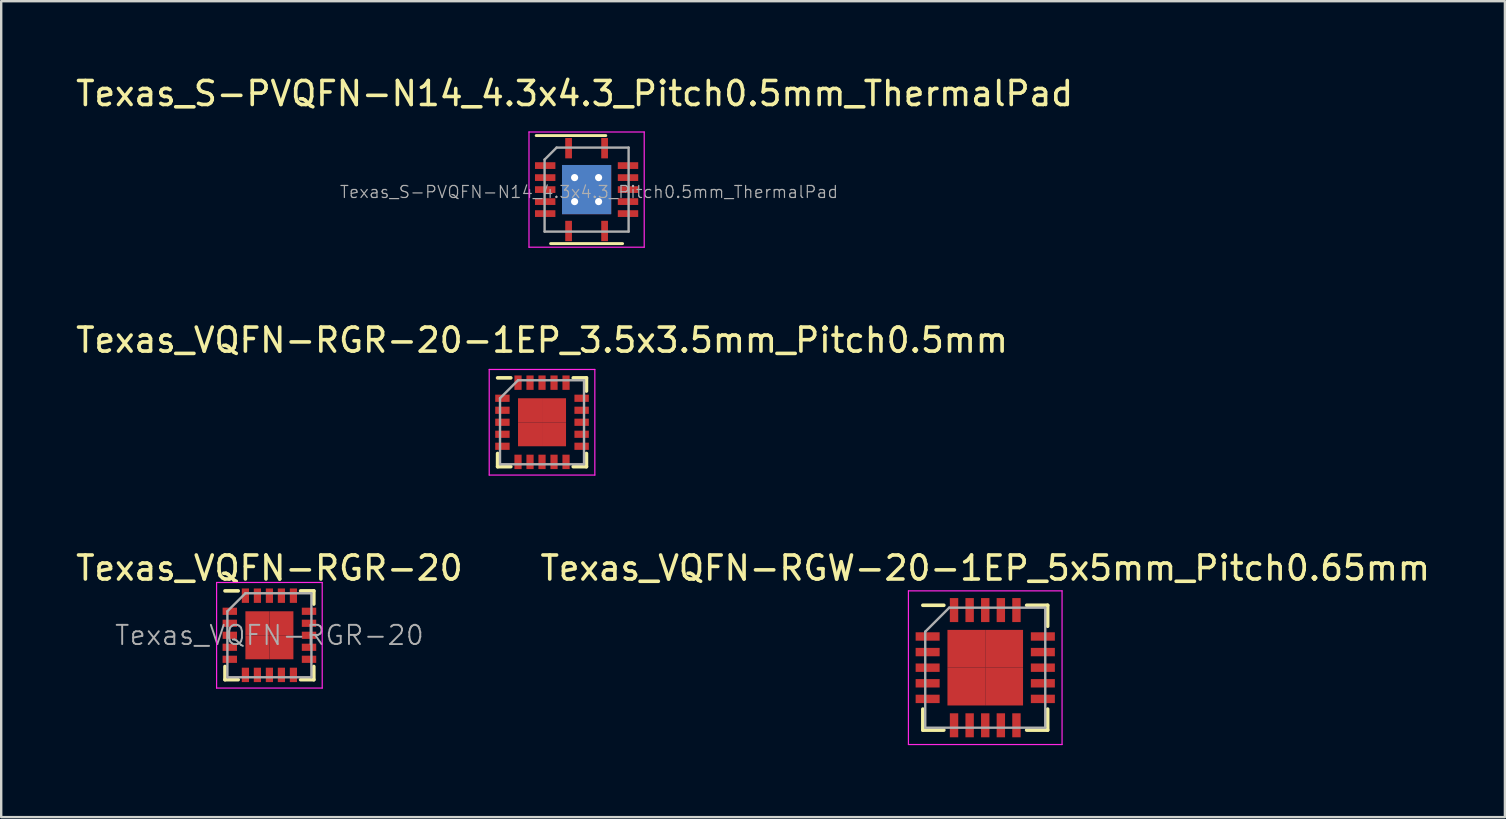
<source format=kicad_pcb>
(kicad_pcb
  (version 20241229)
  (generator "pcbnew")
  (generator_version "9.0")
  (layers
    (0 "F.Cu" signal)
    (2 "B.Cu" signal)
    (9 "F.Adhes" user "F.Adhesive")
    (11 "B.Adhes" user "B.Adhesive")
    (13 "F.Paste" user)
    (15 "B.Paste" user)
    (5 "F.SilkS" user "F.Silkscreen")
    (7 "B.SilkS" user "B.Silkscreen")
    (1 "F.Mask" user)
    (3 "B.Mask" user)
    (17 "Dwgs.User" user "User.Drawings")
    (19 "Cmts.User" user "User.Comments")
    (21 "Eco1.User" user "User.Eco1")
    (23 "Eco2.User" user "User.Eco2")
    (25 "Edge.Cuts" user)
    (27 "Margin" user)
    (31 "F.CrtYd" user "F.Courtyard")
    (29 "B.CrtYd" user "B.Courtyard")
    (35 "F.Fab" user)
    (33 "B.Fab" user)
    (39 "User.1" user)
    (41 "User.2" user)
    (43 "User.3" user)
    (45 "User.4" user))
  (footprint "Texas_VQFN-RGR-20-1EP_3.5x3.5mm_Pitch0.5mm"
    (layer "F.Cu")
    (at 19.53 14.541)
    (property "Reference" "Texas_VQFN-RGR-20-1EP_3.5x3.5mm_Pitch0.5mm" (at 0 -3.42 0) (layer "F.SilkS") (effects (font (size 1 1) (thickness 0.15))))
    (attr smd)
    (fp_line (start -1.85 -1.85) (end -1.3 -1.85) (stroke (width 0.15) (type solid)) (layer "F.SilkS"))
    (fp_line (start -1.85 1.85) (end -1.85 1.3) (stroke (width 0.15) (type solid)) (layer "F.SilkS"))
    (fp_line (start -1.85 1.85) (end -1.3 1.85) (stroke (width 0.15) (type solid)) (layer "F.SilkS"))
    (fp_line (start 1.85 -1.85) (end 1.3 -1.85) (stroke (width 0.15) (type solid)) (layer "F.SilkS"))
    (fp_line (start 1.85 -1.85) (end 1.85 -1.3) (stroke (width 0.15) (type solid)) (layer "F.SilkS"))
    (fp_line (start 1.85 1.85) (end 1.3 1.85) (stroke (width 0.15) (type solid)) (layer "F.SilkS"))
    (fp_line (start 1.85 1.85) (end 1.85 1.3) (stroke (width 0.15) (type solid)) (layer "F.SilkS"))
    (fp_line (start -2.2 -2.2) (end -2.2 2.2) (stroke (width 0.05) (type solid)) (layer "F.CrtYd"))
    (fp_line (start -2.2 -2.2) (end 2.2 -2.2) (stroke (width 0.05) (type solid)) (layer "F.CrtYd"))
    (fp_line (start -2.2 2.2) (end 2.2 2.2) (stroke (width 0.05) (type solid)) (layer "F.CrtYd"))
    (fp_line (start 2.2 -2.2) (end 2.2 2.2) (stroke (width 0.05) (type solid)) (layer "F.CrtYd"))
    (fp_line (start -1.75 -1) (end -1 -1.75) (stroke (width 0.1) (type solid)) (layer "F.Fab"))
    (fp_line (start -1.75 1.75) (end -1.75 -1) (stroke (width 0.1) (type solid)) (layer "F.Fab"))
    (fp_line (start -1 -1.75) (end 1.75 -1.75) (stroke (width 0.1) (type solid)) (layer "F.Fab"))
    (fp_line (start 1.75 -1.75) (end 1.75 1.75) (stroke (width 0.1) (type solid)) (layer "F.Fab"))
    (fp_line (start 1.75 1.75) (end -1.75 1.75) (stroke (width 0.1) (type solid)) (layer "F.Fab"))
    (pad "1" smd rect (at -1.65 -1) (size 0.6 0.3) (layers "F.Cu" "F.Mask" "F.Paste"))
    (pad "2" smd rect (at -1.65 -0.5) (size 0.6 0.3) (layers "F.Cu" "F.Mask" "F.Paste"))
    (pad "3" smd rect (at -1.65 0) (size 0.6 0.3) (layers "F.Cu" "F.Mask" "F.Paste"))
    (pad "4" smd rect (at -1.65 0.5) (size 0.6 0.3) (layers "F.Cu" "F.Mask" "F.Paste"))
    (pad "5" smd rect (at -1.65 1) (size 0.6 0.3) (layers "F.Cu" "F.Mask" "F.Paste"))
    (pad "6" smd rect (at -1 1.65 90) (size 0.6 0.3) (layers "F.Cu" "F.Mask" "F.Paste"))
    (pad "7" smd rect (at -0.5 1.65 90) (size 0.6 0.3) (layers "F.Cu" "F.Mask" "F.Paste"))
    (pad "8" smd rect (at 0 1.65 90) (size 0.6 0.3) (layers "F.Cu" "F.Mask" "F.Paste"))
    (pad "9" smd rect (at 0.5 1.65 90) (size 0.6 0.3) (layers "F.Cu" "F.Mask" "F.Paste"))
    (pad "10" smd rect (at 1 1.65 90) (size 0.6 0.3) (layers "F.Cu" "F.Mask" "F.Paste"))
    (pad "11" smd rect (at 1.65 1) (size 0.6 0.3) (layers "F.Cu" "F.Mask" "F.Paste"))
    (pad "12" smd rect (at 1.65 0.5) (size 0.6 0.3) (layers "F.Cu" "F.Mask" "F.Paste"))
    (pad "13" smd rect (at 1.65 0) (size 0.6 0.3) (layers "F.Cu" "F.Mask" "F.Paste"))
    (pad "14" smd rect (at 1.65 -0.5) (size 0.6 0.3) (layers "F.Cu" "F.Mask" "F.Paste"))
    (pad "15" smd rect (at 1.65 -1) (size 0.6 0.3) (layers "F.Cu" "F.Mask" "F.Paste"))
    (pad "16" smd rect (at 1 -1.65 90) (size 0.6 0.3) (layers "F.Cu" "F.Mask" "F.Paste"))
    (pad "17" smd rect (at 0.5 -1.65 90) (size 0.6 0.3) (layers "F.Cu" "F.Mask" "F.Paste"))
    (pad "18" smd rect (at 0 -1.65 90) (size 0.6 0.3) (layers "F.Cu" "F.Mask" "F.Paste"))
    (pad "19" smd rect (at -0.5 -1.65 90) (size 0.6 0.3) (layers "F.Cu" "F.Mask" "F.Paste"))
    (pad "20" smd rect (at -1 -1.65 90) (size 0.6 0.3) (layers "F.Cu" "F.Mask" "F.Paste"))
    (pad "21" smd rect (at -0.5 -0.5) (size 1 1) (layers "F.Cu" "F.Mask" "F.Paste"))
    (pad "21" smd rect (at -0.5 0.5) (size 1 1) (layers "F.Cu" "F.Mask" "F.Paste"))
    (pad "21" smd rect (at 0.5 -0.5) (size 1 1) (layers "F.Cu" "F.Mask" "F.Paste"))
    (pad "21" smd rect (at 0.5 0.5) (size 1 1) (layers "F.Cu" "F.Mask" "F.Paste")))
  (footprint "Texas_VQFN-RGR-20"
    (layer "F.Cu")
    (at 8.173 23.415)
    (property "Reference" "Texas_VQFN-RGR-20" (at 0 -2.8 0) (layer "F.SilkS") (effects (font (size 1 1) (thickness 0.15))))
    (attr smd)
    (fp_line (start -1.85 -1.85) (end -1.3 -1.85) (stroke (width 0.15) (type solid)) (layer "F.SilkS"))
    (fp_line (start -1.85 1.85) (end -1.85 1.3) (stroke (width 0.15) (type solid)) (layer "F.SilkS"))
    (fp_line (start -1.85 1.85) (end -1.3 1.85) (stroke (width 0.15) (type solid)) (layer "F.SilkS"))
    (fp_line (start 1.85 -1.85) (end 1.3 -1.85) (stroke (width 0.15) (type solid)) (layer "F.SilkS"))
    (fp_line (start 1.85 -1.85) (end 1.85 -1.3) (stroke (width 0.15) (type solid)) (layer "F.SilkS"))
    (fp_line (start 1.85 1.85) (end 1.3 1.85) (stroke (width 0.15) (type solid)) (layer "F.SilkS"))
    (fp_line (start 1.85 1.85) (end 1.85 1.3) (stroke (width 0.15) (type solid)) (layer "F.SilkS"))
    (fp_line (start -2.2 -2.2) (end -2.2 2.2) (stroke (width 0.05) (type solid)) (layer "F.CrtYd"))
    (fp_line (start -2.2 -2.2) (end 2.2 -2.2) (stroke (width 0.05) (type solid)) (layer "F.CrtYd"))
    (fp_line (start -2.2 2.2) (end 2.2 2.2) (stroke (width 0.05) (type solid)) (layer "F.CrtYd"))
    (fp_line (start 2.2 -2.2) (end 2.2 2.2) (stroke (width 0.05) (type solid)) (layer "F.CrtYd"))
    (fp_line (start -1.75 -1) (end -1 -1.75) (stroke (width 0.1) (type solid)) (layer "F.Fab"))
    (fp_line (start -1.75 1.75) (end -1.75 -1) (stroke (width 0.1) (type solid)) (layer "F.Fab"))
    (fp_line (start -1 -1.75) (end 1.75 -1.75) (stroke (width 0.1) (type solid)) (layer "F.Fab"))
    (fp_line (start 1.75 -1.75) (end 1.75 1.75) (stroke (width 0.1) (type solid)) (layer "F.Fab"))
    (fp_line (start 1.75 1.75) (end -1.75 1.75) (stroke (width 0.1) (type solid)) (layer "F.Fab"))
    (fp_text user "${REFERENCE}" (at 0 0 0) (layer "F.Fab") (effects (font (size 0.8 0.8) (thickness 0.08))))
    (pad "1" smd rect (at -1.65 -1) (size 0.6 0.3) (layers "F.Cu" "F.Mask" "F.Paste"))
    (pad "2" smd rect (at -1.65 -0.5) (size 0.6 0.3) (layers "F.Cu" "F.Mask" "F.Paste"))
    (pad "3" smd rect (at -1.65 0) (size 0.6 0.3) (layers "F.Cu" "F.Mask" "F.Paste"))
    (pad "4" smd rect (at -1.65 0.5) (size 0.6 0.3) (layers "F.Cu" "F.Mask" "F.Paste"))
    (pad "5" smd rect (at -1.65 1) (size 0.6 0.3) (layers "F.Cu" "F.Mask" "F.Paste"))
    (pad "6" smd rect (at -1 1.65 90) (size 0.6 0.3) (layers "F.Cu" "F.Mask" "F.Paste"))
    (pad "7" smd rect (at -0.5 1.65 90) (size 0.6 0.3) (layers "F.Cu" "F.Mask" "F.Paste"))
    (pad "8" smd rect (at 0 1.65 90) (size 0.6 0.3) (layers "F.Cu" "F.Mask" "F.Paste"))
    (pad "9" smd rect (at 0.5 1.65 90) (size 0.6 0.3) (layers "F.Cu" "F.Mask" "F.Paste"))
    (pad "10" smd rect (at 1 1.65 90) (size 0.6 0.3) (layers "F.Cu" "F.Mask" "F.Paste"))
    (pad "11" smd rect (at 1.65 1) (size 0.6 0.3) (layers "F.Cu" "F.Mask" "F.Paste"))
    (pad "12" smd rect (at 1.65 0.5) (size 0.6 0.3) (layers "F.Cu" "F.Mask" "F.Paste"))
    (pad "13" smd rect (at 1.65 0) (size 0.6 0.3) (layers "F.Cu" "F.Mask" "F.Paste"))
    (pad "14" smd rect (at 1.65 -0.5) (size 0.6 0.3) (layers "F.Cu" "F.Mask" "F.Paste"))
    (pad "15" smd rect (at 1.65 -1) (size 0.6 0.3) (layers "F.Cu" "F.Mask" "F.Paste"))
    (pad "16" smd rect (at 1 -1.65 90) (size 0.6 0.3) (layers "F.Cu" "F.Mask" "F.Paste"))
    (pad "17" smd rect (at 0.5 -1.65 90) (size 0.6 0.3) (layers "F.Cu" "F.Mask" "F.Paste"))
    (pad "18" smd rect (at 0 -1.65 90) (size 0.6 0.3) (layers "F.Cu" "F.Mask" "F.Paste"))
    (pad "19" smd rect (at -0.5 -1.65 90) (size 0.6 0.3) (layers "F.Cu" "F.Mask" "F.Paste"))
    (pad "20" smd rect (at -1 -1.65 90) (size 0.6 0.3) (layers "F.Cu" "F.Mask" "F.Paste"))
    (pad "21" smd rect (at -0.5 -0.5) (size 1 1) (layers "F.Cu" "F.Mask" "F.Paste"))
    (pad "21" smd rect (at -0.5 0.5) (size 1 1) (layers "F.Cu" "F.Mask" "F.Paste"))
    (pad "21" smd rect (at 0.5 -0.5) (size 1 1) (layers "F.Cu" "F.Mask" "F.Paste"))
    (pad "21" smd rect (at 0.5 0.5) (size 1 1) (layers "F.Cu" "F.Mask" "F.Paste")))
  (footprint "Texas_VQFN-RGW-20-1EP_5x5mm_Pitch0.65mm"
    (layer "F.Cu")
    (at 37.994 24.765)
    (property "Reference" "Texas_VQFN-RGW-20-1EP_5x5mm_Pitch0.65mm" (at 0 -4.15 0) (layer "F.SilkS") (effects (font (size 1 1) (thickness 0.15))))
    (attr smd)
    (fp_line (start -2.6 -2.6) (end -1.725 -2.6) (stroke (width 0.15) (type solid)) (layer "F.SilkS"))
    (fp_line (start -2.6 2.6) (end -2.6 1.725) (stroke (width 0.15) (type solid)) (layer "F.SilkS"))
    (fp_line (start -2.6 2.6) (end -1.725 2.6) (stroke (width 0.15) (type solid)) (layer "F.SilkS"))
    (fp_line (start 2.6 -2.6) (end 1.725 -2.6) (stroke (width 0.15) (type solid)) (layer "F.SilkS"))
    (fp_line (start 2.6 -2.6) (end 2.6 -1.725) (stroke (width 0.15) (type solid)) (layer "F.SilkS"))
    (fp_line (start 2.6 2.6) (end 1.725 2.6) (stroke (width 0.15) (type solid)) (layer "F.SilkS"))
    (fp_line (start 2.6 2.6) (end 2.6 1.725) (stroke (width 0.15) (type solid)) (layer "F.SilkS"))
    (fp_line (start -3.2 -3.2) (end -3.2 3.2) (stroke (width 0.05) (type solid)) (layer "F.CrtYd"))
    (fp_line (start -3.2 -3.2) (end 3.2 -3.2) (stroke (width 0.05) (type solid)) (layer "F.CrtYd"))
    (fp_line (start -3.2 3.2) (end 3.2 3.2) (stroke (width 0.05) (type solid)) (layer "F.CrtYd"))
    (fp_line (start 3.2 -3.2) (end 3.2 3.2) (stroke (width 0.05) (type solid)) (layer "F.CrtYd"))
    (fp_line (start -2.5 -1.5) (end -1.5 -2.5) (stroke (width 0.1) (type solid)) (layer "F.Fab"))
    (fp_line (start -2.5 2.5) (end -2.5 -1.5) (stroke (width 0.1) (type solid)) (layer "F.Fab"))
    (fp_line (start -1.5 -2.5) (end 2.5 -2.5) (stroke (width 0.1) (type solid)) (layer "F.Fab"))
    (fp_line (start 2.5 -2.5) (end 2.5 2.5) (stroke (width 0.1) (type solid)) (layer "F.Fab"))
    (fp_line (start 2.5 2.5) (end -2.5 2.5) (stroke (width 0.1) (type solid)) (layer "F.Fab"))
    (pad "1" smd rect (at -2.4 -1.3) (size 1 0.35) (layers "F.Cu" "F.Mask" "F.Paste"))
    (pad "2" smd rect (at -2.4 -0.65) (size 1 0.35) (layers "F.Cu" "F.Mask" "F.Paste"))
    (pad "3" smd rect (at -2.4 0) (size 1 0.35) (layers "F.Cu" "F.Mask" "F.Paste"))
    (pad "4" smd rect (at -2.4 0.65) (size 1 0.35) (layers "F.Cu" "F.Mask" "F.Paste"))
    (pad "5" smd rect (at -2.4 1.3) (size 1 0.35) (layers "F.Cu" "F.Mask" "F.Paste"))
    (pad "6" smd rect (at -1.3 2.4 90) (size 1 0.35) (layers "F.Cu" "F.Mask" "F.Paste"))
    (pad "7" smd rect (at -0.65 2.4 90) (size 1 0.35) (layers "F.Cu" "F.Mask" "F.Paste"))
    (pad "8" smd rect (at 0 2.4 90) (size 1 0.35) (layers "F.Cu" "F.Mask" "F.Paste"))
    (pad "9" smd rect (at 0.65 2.4 90) (size 1 0.35) (layers "F.Cu" "F.Mask" "F.Paste"))
    (pad "10" smd rect (at 1.3 2.4 90) (size 1 0.35) (layers "F.Cu" "F.Mask" "F.Paste"))
    (pad "11" smd rect (at 2.4 1.3) (size 1 0.35) (layers "F.Cu" "F.Mask" "F.Paste"))
    (pad "12" smd rect (at 2.4 0.65) (size 1 0.35) (layers "F.Cu" "F.Mask" "F.Paste"))
    (pad "13" smd rect (at 2.4 0) (size 1 0.35) (layers "F.Cu" "F.Mask" "F.Paste"))
    (pad "14" smd rect (at 2.4 -0.65) (size 1 0.35) (layers "F.Cu" "F.Mask" "F.Paste"))
    (pad "15" smd rect (at 2.4 -1.3) (size 1 0.35) (layers "F.Cu" "F.Mask" "F.Paste"))
    (pad "16" smd rect (at 1.3 -2.4 90) (size 1 0.35) (layers "F.Cu" "F.Mask" "F.Paste"))
    (pad "17" smd rect (at 0.65 -2.4 90) (size 1 0.35) (layers "F.Cu" "F.Mask" "F.Paste"))
    (pad "18" smd rect (at 0 -2.4 90) (size 1 0.35) (layers "F.Cu" "F.Mask" "F.Paste"))
    (pad "19" smd rect (at -0.65 -2.4 90) (size 1 0.35) (layers "F.Cu" "F.Mask" "F.Paste"))
    (pad "20" smd rect (at -1.3 -2.4 90) (size 1 0.35) (layers "F.Cu" "F.Mask" "F.Paste"))
    (pad "21" smd rect (at -0.787 -0.787) (size 1.575 1.575) (layers "F.Cu" "F.Mask" "F.Paste"))
    (pad "21" smd rect (at -0.787 0.787) (size 1.575 1.575) (layers "F.Cu" "F.Mask" "F.Paste"))
    (pad "21" smd rect (at 0.787 -0.787) (size 1.575 1.575) (layers "F.Cu" "F.Mask" "F.Paste"))
    (pad "21" smd rect (at 0.787 0.787) (size 1.575 1.575) (layers "F.Cu" "F.Mask" "F.Paste")))
  (footprint "Texas_S-PVQFN-N14_4.3x4.3_Pitch0.5mm_ThermalPad"
    (layer "F.Cu")
    (at 21.387 4.848)
    (property "Reference" "Texas_S-PVQFN-N14_4.3x4.3_Pitch0.5mm_ThermalPad" (at -0.5 -4 0) (layer "F.SilkS") (effects (font (size 1 1) (thickness 0.15))))
    (attr smd)
    (fp_line (start -1.5 2.25) (end 1.5 2.25) (stroke (width 0.12) (type solid)) (layer "F.SilkS"))
    (fp_line (start 0.8 -2.25) (end -2.1 -2.25) (stroke (width 0.12) (type solid)) (layer "F.SilkS"))
    (fp_line (start -2.4 -2.4) (end 2.4 -2.4) (stroke (width 0.05) (type solid)) (layer "F.CrtYd"))
    (fp_line (start -2.4 2.4) (end -2.4 -2.4) (stroke (width 0.05) (type solid)) (layer "F.CrtYd"))
    (fp_line (start 2.4 -2.4) (end 2.4 2.4) (stroke (width 0.05) (type solid)) (layer "F.CrtYd"))
    (fp_line (start 2.4 2.4) (end -2.4 2.4) (stroke (width 0.05) (type solid)) (layer "F.CrtYd"))
    (fp_line (start -1.75 1.75) (end -1.75 -1.25) (stroke (width 0.1) (type solid)) (layer "F.Fab"))
    (fp_line (start -1.25 -1.75) (end -1.75 -1.25) (stroke (width 0.1) (type solid)) (layer "F.Fab"))
    (fp_line (start -1.25 -1.75) (end 1.75 -1.75) (stroke (width 0.1) (type solid)) (layer "F.Fab"))
    (fp_line (start 1.75 -1.75) (end 1.75 1.75) (stroke (width 0.1) (type solid)) (layer "F.Fab"))
    (fp_line (start 1.75 1.75) (end -1.75 1.75) (stroke (width 0.1) (type solid)) (layer "F.Fab"))
    (fp_text user "${REFERENCE}" (at 0.1 0.1 0) (layer "F.Fab") (effects (font (size 0.5 0.5) (thickness 0.05))))
    (pad "1" smd rect (at -0.75 -1.725 270) (size 0.85 0.28) (layers "F.Cu" "F.Mask" "F.Paste"))
    (pad "2" smd rect (at -1.725 -1 270) (size 0.28 0.85) (layers "F.Cu" "F.Mask" "F.Paste"))
    (pad "3" smd rect (at -1.725 -0.5 270) (size 0.28 0.85) (layers "F.Cu" "F.Mask" "F.Paste"))
    (pad "4" smd rect (at -1.725 0 270) (size 0.28 0.85) (layers "F.Cu" "F.Mask" "F.Paste"))
    (pad "5" smd rect (at -1.725 0.5 270) (size 0.28 0.85) (layers "F.Cu" "F.Mask" "F.Paste"))
    (pad "6" smd rect (at -1.725 1 270) (size 0.28 0.85) (layers "F.Cu" "F.Mask" "F.Paste"))
    (pad "7" smd rect (at -0.75 1.725 270) (size 0.85 0.28) (layers "F.Cu" "F.Mask" "F.Paste"))
    (pad "8" smd rect (at 0.75 1.725 270) (size 0.85 0.28) (layers "F.Cu" "F.Mask" "F.Paste"))
    (pad "9" smd rect (at 1.725 1 270) (size 0.28 0.85) (layers "F.Cu" "F.Mask" "F.Paste"))
    (pad "10" smd rect (at 1.725 0.5 270) (size 0.28 0.85) (layers "F.Cu" "F.Mask" "F.Paste"))
    (pad "11" smd rect (at 1.725 0 270) (size 0.28 0.85) (layers "F.Cu" "F.Mask" "F.Paste"))
    (pad "12" smd rect (at 1.725 -0.5 270) (size 0.28 0.85) (layers "F.Cu" "F.Mask" "F.Paste"))
    (pad "13" smd rect (at 1.725 -1 270) (size 0.28 0.85) (layers "F.Cu" "F.Mask" "F.Paste"))
    (pad "14" smd rect (at 0.75 -1.725 270) (size 0.85 0.28) (layers "F.Cu" "F.Mask" "F.Paste"))
    (pad "15" thru_hole circle (at -0.5 -0.5 270) (size 0.6 0.6) (drill 0.3) (layers "*.Cu" "*.Paste" "*.Mask"))
    (pad "15" thru_hole circle (at -0.5 0.5 270) (size 0.6 0.6) (drill 0.3) (layers "*.Cu" "*.Paste" "*.Mask"))
    (pad "15" smd rect (at 0 0 270) (size 2.05 2.05) (layers "F.Cu" "F.Mask"))
    (pad "15" smd rect (at 0 0 270) (size 2.05 2.05) (layers "B.Cu" "B.Mask"))
    (pad "15" thru_hole circle (at 0.5 -0.5 270) (size 0.6 0.6) (drill 0.3) (layers "*.Cu" "*.Paste" "*.Mask"))
    (pad "15" thru_hole circle (at 0.5 0.5 270) (size 0.6 0.6) (drill 0.3) (layers "*.Cu" "*.Paste" "*.Mask")))
  (gr_rect
    (start -3 -3)
    (end 59.643 30.99)
    (stroke (width 0.1) (type default))
    (fill no)
    (layer "Edge.Cuts")))
</source>
